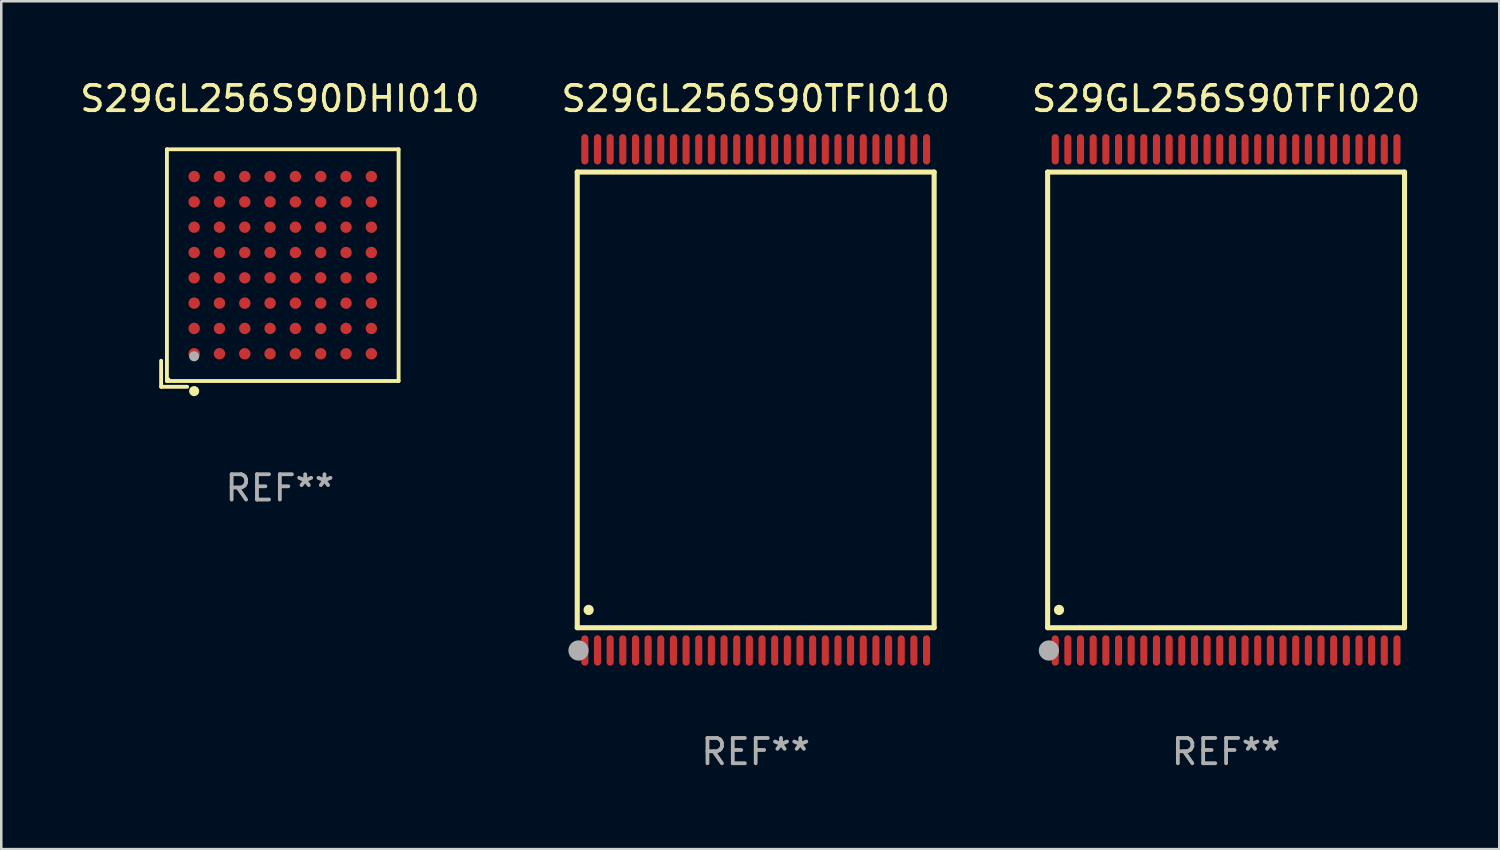
<source format=kicad_pcb>
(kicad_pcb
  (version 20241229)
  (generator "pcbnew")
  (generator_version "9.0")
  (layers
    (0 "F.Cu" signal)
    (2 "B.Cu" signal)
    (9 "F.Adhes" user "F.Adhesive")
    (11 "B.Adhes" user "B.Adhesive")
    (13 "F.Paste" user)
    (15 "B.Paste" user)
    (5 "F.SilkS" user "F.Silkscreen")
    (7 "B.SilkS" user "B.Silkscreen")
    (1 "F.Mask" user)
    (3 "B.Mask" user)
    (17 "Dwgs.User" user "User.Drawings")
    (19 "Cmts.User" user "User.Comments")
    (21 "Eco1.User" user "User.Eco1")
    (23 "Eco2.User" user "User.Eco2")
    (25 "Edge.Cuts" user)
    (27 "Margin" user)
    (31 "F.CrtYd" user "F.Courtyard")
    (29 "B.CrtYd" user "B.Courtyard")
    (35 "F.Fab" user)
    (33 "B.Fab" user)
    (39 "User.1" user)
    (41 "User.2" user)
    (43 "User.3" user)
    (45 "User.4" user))
  (footprint "S29GL256S90DHI010"
    (layer "F.Cu")
    (at 8.006 7.539)
    (property "Reference" "S29GL256S90DHI010" (at 0 -6.691 0) (layer "F.SilkS") (effects (font (size 1 1) (thickness 0.15))))
    (attr through_hole)
    (fp_line (start -4.691 3.662) (end -4.691 4.691) (stroke (width 0.152) (type solid)) (layer "F.SilkS"))
    (fp_line (start -4.691 4.691) (end -3.662 4.691) (stroke (width 0.152) (type solid)) (layer "F.SilkS"))
    (fp_line (start -4.462 -4.691) (end 4.691 -4.691) (stroke (width 0.152) (type solid)) (layer "F.SilkS"))
    (fp_line (start -4.462 4.462) (end -4.462 -4.691) (stroke (width 0.152) (type solid)) (layer "F.SilkS"))
    (fp_line (start 4.691 -4.691) (end 4.691 4.462) (stroke (width 0.152) (type solid)) (layer "F.SilkS"))
    (fp_line (start 4.691 4.462) (end -4.462 4.462) (stroke (width 0.152) (type solid)) (layer "F.SilkS"))
    (fp_circle (center -4.386 4.386) (end -4.356 4.386) (stroke (width 0.06) (type solid)) (fill no) (layer "F.SilkS"))
    (fp_circle (center -3.386 4.862) (end -3.285 4.862) (stroke (width 0.2) (type solid)) (fill no) (layer "F.SilkS"))
    (fp_circle (center -3.386 3.486) (end -3.285 3.486) (stroke (width 0.2) (type solid)) (fill no) (layer "F.Fab"))
    (fp_text user "REF**" (at 0 8.691 0) (layer "F.Fab") (effects (font (size 1 1) (thickness 0.15))))
    (pad "A1" smd circle (at -3.386 3.386) (size 0.45 0.45) (layers "F.Cu" "F.Mask" "F.Paste"))
    (pad "A2" smd circle (at -3.386 2.386) (size 0.45 0.45) (layers "F.Cu" "F.Mask" "F.Paste"))
    (pad "A3" smd circle (at -3.386 1.386) (size 0.45 0.45) (layers "F.Cu" "F.Mask" "F.Paste"))
    (pad "A4" smd circle (at -3.386 0.386) (size 0.45 0.45) (layers "F.Cu" "F.Mask" "F.Paste"))
    (pad "A5" smd circle (at -3.386 -0.614) (size 0.45 0.45) (layers "F.Cu" "F.Mask" "F.Paste"))
    (pad "A6" smd circle (at -3.386 -1.614) (size 0.45 0.45) (layers "F.Cu" "F.Mask" "F.Paste"))
    (pad "A7" smd circle (at -3.386 -2.614) (size 0.45 0.45) (layers "F.Cu" "F.Mask" "F.Paste"))
    (pad "A8" smd circle (at -3.386 -3.614) (size 0.45 0.45) (layers "F.Cu" "F.Mask" "F.Paste"))
    (pad "B1" smd circle (at -2.386 3.386) (size 0.45 0.45) (layers "F.Cu" "F.Mask" "F.Paste"))
    (pad "B2" smd circle (at -2.386 2.386) (size 0.45 0.45) (layers "F.Cu" "F.Mask" "F.Paste"))
    (pad "B3" smd circle (at -2.386 1.386) (size 0.45 0.45) (layers "F.Cu" "F.Mask" "F.Paste"))
    (pad "B4" smd circle (at -2.386 0.386) (size 0.45 0.45) (layers "F.Cu" "F.Mask" "F.Paste"))
    (pad "B5" smd circle (at -2.386 -0.614) (size 0.45 0.45) (layers "F.Cu" "F.Mask" "F.Paste"))
    (pad "B6" smd circle (at -2.386 -1.614) (size 0.45 0.45) (layers "F.Cu" "F.Mask" "F.Paste"))
    (pad "B7" smd circle (at -2.386 -2.614) (size 0.45 0.45) (layers "F.Cu" "F.Mask" "F.Paste"))
    (pad "B8" smd circle (at -2.386 -3.614) (size 0.45 0.45) (layers "F.Cu" "F.Mask" "F.Paste"))
    (pad "C1" smd circle (at -1.386 3.386) (size 0.45 0.45) (layers "F.Cu" "F.Mask" "F.Paste"))
    (pad "C2" smd circle (at -1.386 2.386) (size 0.45 0.45) (layers "F.Cu" "F.Mask" "F.Paste"))
    (pad "C3" smd circle (at -1.386 1.386) (size 0.45 0.45) (layers "F.Cu" "F.Mask" "F.Paste"))
    (pad "C4" smd circle (at -1.386 0.386) (size 0.45 0.45) (layers "F.Cu" "F.Mask" "F.Paste"))
    (pad "C5" smd circle (at -1.386 -0.614) (size 0.45 0.45) (layers "F.Cu" "F.Mask" "F.Paste"))
    (pad "C6" smd circle (at -1.386 -1.614) (size 0.45 0.45) (layers "F.Cu" "F.Mask" "F.Paste"))
    (pad "C7" smd circle (at -1.386 -2.614) (size 0.45 0.45) (layers "F.Cu" "F.Mask" "F.Paste"))
    (pad "C8" smd circle (at -1.386 -3.614) (size 0.45 0.45) (layers "F.Cu" "F.Mask" "F.Paste"))
    (pad "D1" smd circle (at -0.386 3.386) (size 0.45 0.45) (layers "F.Cu" "F.Mask" "F.Paste"))
    (pad "D2" smd circle (at -0.386 2.386) (size 0.45 0.45) (layers "F.Cu" "F.Mask" "F.Paste"))
    (pad "D3" smd circle (at -0.386 1.386) (size 0.45 0.45) (layers "F.Cu" "F.Mask" "F.Paste"))
    (pad "D4" smd circle (at -0.386 0.386) (size 0.45 0.45) (layers "F.Cu" "F.Mask" "F.Paste"))
    (pad "D5" smd circle (at -0.386 -0.614) (size 0.45 0.45) (layers "F.Cu" "F.Mask" "F.Paste"))
    (pad "D6" smd circle (at -0.386 -1.614) (size 0.45 0.45) (layers "F.Cu" "F.Mask" "F.Paste"))
    (pad "D7" smd circle (at -0.386 -2.614) (size 0.45 0.45) (layers "F.Cu" "F.Mask" "F.Paste"))
    (pad "D8" smd circle (at -0.386 -3.614) (size 0.45 0.45) (layers "F.Cu" "F.Mask" "F.Paste"))
    (pad "E1" smd circle (at 0.614 3.386) (size 0.45 0.45) (layers "F.Cu" "F.Mask" "F.Paste"))
    (pad "E2" smd circle (at 0.614 2.386) (size 0.45 0.45) (layers "F.Cu" "F.Mask" "F.Paste"))
    (pad "E3" smd circle (at 0.614 1.386) (size 0.45 0.45) (layers "F.Cu" "F.Mask" "F.Paste"))
    (pad "E4" smd circle (at 0.614 0.386) (size 0.45 0.45) (layers "F.Cu" "F.Mask" "F.Paste"))
    (pad "E5" smd circle (at 0.614 -0.614) (size 0.45 0.45) (layers "F.Cu" "F.Mask" "F.Paste"))
    (pad "E6" smd circle (at 0.614 -1.614) (size 0.45 0.45) (layers "F.Cu" "F.Mask" "F.Paste"))
    (pad "E7" smd circle (at 0.614 -2.614) (size 0.45 0.45) (layers "F.Cu" "F.Mask" "F.Paste"))
    (pad "E8" smd circle (at 0.614 -3.614) (size 0.45 0.45) (layers "F.Cu" "F.Mask" "F.Paste"))
    (pad "F1" smd circle (at 1.614 3.386) (size 0.45 0.45) (layers "F.Cu" "F.Mask" "F.Paste"))
    (pad "F2" smd circle (at 1.614 2.386) (size 0.45 0.45) (layers "F.Cu" "F.Mask" "F.Paste"))
    (pad "F3" smd circle (at 1.614 1.386) (size 0.45 0.45) (layers "F.Cu" "F.Mask" "F.Paste"))
    (pad "F4" smd circle (at 1.614 0.386) (size 0.45 0.45) (layers "F.Cu" "F.Mask" "F.Paste"))
    (pad "F5" smd circle (at 1.614 -0.614) (size 0.45 0.45) (layers "F.Cu" "F.Mask" "F.Paste"))
    (pad "F6" smd circle (at 1.614 -1.614) (size 0.45 0.45) (layers "F.Cu" "F.Mask" "F.Paste"))
    (pad "F7" smd circle (at 1.614 -2.614) (size 0.45 0.45) (layers "F.Cu" "F.Mask" "F.Paste"))
    (pad "F8" smd circle (at 1.614 -3.614) (size 0.45 0.45) (layers "F.Cu" "F.Mask" "F.Paste"))
    (pad "G1" smd circle (at 2.614 3.386) (size 0.45 0.45) (layers "F.Cu" "F.Mask" "F.Paste"))
    (pad "G2" smd circle (at 2.614 2.386) (size 0.45 0.45) (layers "F.Cu" "F.Mask" "F.Paste"))
    (pad "G3" smd circle (at 2.614 1.386) (size 0.45 0.45) (layers "F.Cu" "F.Mask" "F.Paste"))
    (pad "G4" smd circle (at 2.614 0.386) (size 0.45 0.45) (layers "F.Cu" "F.Mask" "F.Paste"))
    (pad "G5" smd circle (at 2.614 -0.614) (size 0.45 0.45) (layers "F.Cu" "F.Mask" "F.Paste"))
    (pad "G6" smd circle (at 2.614 -1.614) (size 0.45 0.45) (layers "F.Cu" "F.Mask" "F.Paste"))
    (pad "G7" smd circle (at 2.614 -2.614) (size 0.45 0.45) (layers "F.Cu" "F.Mask" "F.Paste"))
    (pad "G8" smd circle (at 2.614 -3.614) (size 0.45 0.45) (layers "F.Cu" "F.Mask" "F.Paste"))
    (pad "H1" smd circle (at 3.614 3.386) (size 0.45 0.45) (layers "F.Cu" "F.Mask" "F.Paste"))
    (pad "H2" smd circle (at 3.614 2.386) (size 0.45 0.45) (layers "F.Cu" "F.Mask" "F.Paste"))
    (pad "H3" smd circle (at 3.614 1.386) (size 0.45 0.45) (layers "F.Cu" "F.Mask" "F.Paste"))
    (pad "H4" smd circle (at 3.614 0.386) (size 0.45 0.45) (layers "F.Cu" "F.Mask" "F.Paste"))
    (pad "H5" smd circle (at 3.614 -0.614) (size 0.45 0.45) (layers "F.Cu" "F.Mask" "F.Paste"))
    (pad "H6" smd circle (at 3.614 -1.614) (size 0.45 0.45) (layers "F.Cu" "F.Mask" "F.Paste"))
    (pad "H7" smd circle (at 3.614 -2.614) (size 0.45 0.45) (layers "F.Cu" "F.Mask" "F.Paste"))
    (pad "H8" smd circle (at 3.614 -3.614) (size 0.45 0.45) (layers "F.Cu" "F.Mask" "F.Paste")))
  (footprint "S29GL256S90TFI020"
    (layer "F.Cu")
    (at 45.387 12.748)
    (property "Reference" "S29GL256S90TFI020" (at 0 -11.9 0) (layer "F.SilkS") (effects (font (size 1 1) (thickness 0.15))))
    (attr through_hole)
    (fp_line (start -7.05 -9) (end 7.05 -9) (stroke (width 0.2) (type solid)) (layer "F.SilkS"))
    (fp_line (start -7.05 9) (end -7.05 -9) (stroke (width 0.2) (type solid)) (layer "F.SilkS"))
    (fp_line (start 7.05 9) (end -7.05 9) (stroke (width 0.2) (type solid)) (layer "F.SilkS"))
    (fp_line (start 7.05 9) (end 7.05 -9) (stroke (width 0.2) (type solid)) (layer "F.SilkS"))
    (fp_arc (start -6.600025 8.300025) (mid -6.600041 8.297485) (end -6.600025 8.294945) (stroke (width 0.4) (type solid)) (layer "F.SilkS"))
    (fp_circle (center -7 10) (end -6.97 10) (stroke (width 0.06) (type solid)) (fill no) (layer "F.SilkS"))
    (fp_circle (center -7 9.9) (end -6.8 9.9) (stroke (width 0.4) (type solid)) (fill no) (layer "F.Fab"))
    (fp_text user "REF**" (at 0 13.9 0) (layer "F.Fab") (effects (font (size 1 1) (thickness 0.15))))
    (pad "1" smd oval (at -6.75 9.9) (size 0.28 1.2) (layers "F.Cu" "F.Mask" "F.Paste"))
    (pad "2" smd oval (at -6.25 9.9) (size 0.28 1.2) (layers "F.Cu" "F.Mask" "F.Paste"))
    (pad "3" smd oval (at -5.75 9.9) (size 0.28 1.2) (layers "F.Cu" "F.Mask" "F.Paste"))
    (pad "4" smd oval (at -5.25 9.9) (size 0.28 1.2) (layers "F.Cu" "F.Mask" "F.Paste"))
    (pad "5" smd oval (at -4.75 9.9) (size 0.28 1.2) (layers "F.Cu" "F.Mask" "F.Paste"))
    (pad "6" smd oval (at -4.25 9.9) (size 0.28 1.2) (layers "F.Cu" "F.Mask" "F.Paste"))
    (pad "7" smd oval (at -3.75 9.9) (size 0.28 1.2) (layers "F.Cu" "F.Mask" "F.Paste"))
    (pad "8" smd oval (at -3.25 9.9) (size 0.28 1.2) (layers "F.Cu" "F.Mask" "F.Paste"))
    (pad "9" smd oval (at -2.75 9.9) (size 0.28 1.2) (layers "F.Cu" "F.Mask" "F.Paste"))
    (pad "10" smd oval (at -2.25 9.9) (size 0.28 1.2) (layers "F.Cu" "F.Mask" "F.Paste"))
    (pad "11" smd oval (at -1.75 9.9) (size 0.28 1.2) (layers "F.Cu" "F.Mask" "F.Paste"))
    (pad "12" smd oval (at -1.25 9.9) (size 0.28 1.2) (layers "F.Cu" "F.Mask" "F.Paste"))
    (pad "13" smd oval (at -0.75 9.9) (size 0.28 1.2) (layers "F.Cu" "F.Mask" "F.Paste"))
    (pad "14" smd oval (at -0.25 9.9) (size 0.28 1.2) (layers "F.Cu" "F.Mask" "F.Paste"))
    (pad "15" smd oval (at 0.25 9.9) (size 0.28 1.2) (layers "F.Cu" "F.Mask" "F.Paste"))
    (pad "16" smd oval (at 0.75 9.9) (size 0.28 1.2) (layers "F.Cu" "F.Mask" "F.Paste"))
    (pad "17" smd oval (at 1.25 9.9) (size 0.28 1.2) (layers "F.Cu" "F.Mask" "F.Paste"))
    (pad "18" smd oval (at 1.75 9.9) (size 0.28 1.2) (layers "F.Cu" "F.Mask" "F.Paste"))
    (pad "19" smd oval (at 2.25 9.9) (size 0.28 1.2) (layers "F.Cu" "F.Mask" "F.Paste"))
    (pad "20" smd oval (at 2.75 9.9) (size 0.28 1.2) (layers "F.Cu" "F.Mask" "F.Paste"))
    (pad "21" smd oval (at 3.25 9.9) (size 0.28 1.2) (layers "F.Cu" "F.Mask" "F.Paste"))
    (pad "22" smd oval (at 3.75 9.9) (size 0.28 1.2) (layers "F.Cu" "F.Mask" "F.Paste"))
    (pad "23" smd oval (at 4.25 9.9) (size 0.28 1.2) (layers "F.Cu" "F.Mask" "F.Paste"))
    (pad "24" smd oval (at 4.75 9.9) (size 0.28 1.2) (layers "F.Cu" "F.Mask" "F.Paste"))
    (pad "25" smd oval (at 5.25 9.9) (size 0.28 1.2) (layers "F.Cu" "F.Mask" "F.Paste"))
    (pad "26" smd oval (at 5.75 9.9) (size 0.28 1.2) (layers "F.Cu" "F.Mask" "F.Paste"))
    (pad "27" smd oval (at 6.25 9.9) (size 0.28 1.2) (layers "F.Cu" "F.Mask" "F.Paste"))
    (pad "28" smd oval (at 6.75 9.9) (size 0.28 1.2) (layers "F.Cu" "F.Mask" "F.Paste"))
    (pad "29" smd oval (at 6.75 -9.9) (size 0.28 1.2) (layers "F.Cu" "F.Mask" "F.Paste"))
    (pad "30" smd oval (at 6.25 -9.9) (size 0.28 1.2) (layers "F.Cu" "F.Mask" "F.Paste"))
    (pad "31" smd oval (at 5.75 -9.9) (size 0.28 1.2) (layers "F.Cu" "F.Mask" "F.Paste"))
    (pad "32" smd oval (at 5.25 -9.9) (size 0.28 1.2) (layers "F.Cu" "F.Mask" "F.Paste"))
    (pad "33" smd oval (at 4.75 -9.9) (size 0.28 1.2) (layers "F.Cu" "F.Mask" "F.Paste"))
    (pad "34" smd oval (at 4.25 -9.9) (size 0.28 1.2) (layers "F.Cu" "F.Mask" "F.Paste"))
    (pad "35" smd oval (at 3.75 -9.9) (size 0.28 1.2) (layers "F.Cu" "F.Mask" "F.Paste"))
    (pad "36" smd oval (at 3.25 -9.9) (size 0.28 1.2) (layers "F.Cu" "F.Mask" "F.Paste"))
    (pad "37" smd oval (at 2.75 -9.9) (size 0.28 1.2) (layers "F.Cu" "F.Mask" "F.Paste"))
    (pad "38" smd oval (at 2.25 -9.9) (size 0.28 1.2) (layers "F.Cu" "F.Mask" "F.Paste"))
    (pad "39" smd oval (at 1.75 -9.9) (size 0.28 1.2) (layers "F.Cu" "F.Mask" "F.Paste"))
    (pad "40" smd oval (at 1.25 -9.9) (size 0.28 1.2) (layers "F.Cu" "F.Mask" "F.Paste"))
    (pad "41" smd oval (at 0.75 -9.9) (size 0.28 1.2) (layers "F.Cu" "F.Mask" "F.Paste"))
    (pad "42" smd oval (at 0.25 -9.9) (size 0.28 1.2) (layers "F.Cu" "F.Mask" "F.Paste"))
    (pad "43" smd oval (at -0.25 -9.9) (size 0.28 1.2) (layers "F.Cu" "F.Mask" "F.Paste"))
    (pad "44" smd oval (at -0.75 -9.9) (size 0.28 1.2) (layers "F.Cu" "F.Mask" "F.Paste"))
    (pad "45" smd oval (at -1.25 -9.9) (size 0.28 1.2) (layers "F.Cu" "F.Mask" "F.Paste"))
    (pad "46" smd oval (at -1.75 -9.9) (size 0.28 1.2) (layers "F.Cu" "F.Mask" "F.Paste"))
    (pad "47" smd oval (at -2.25 -9.9) (size 0.28 1.2) (layers "F.Cu" "F.Mask" "F.Paste"))
    (pad "48" smd oval (at -2.75 -9.9) (size 0.28 1.2) (layers "F.Cu" "F.Mask" "F.Paste"))
    (pad "49" smd oval (at -3.25 -9.9) (size 0.28 1.2) (layers "F.Cu" "F.Mask" "F.Paste"))
    (pad "50" smd oval (at -3.75 -9.9) (size 0.28 1.2) (layers "F.Cu" "F.Mask" "F.Paste"))
    (pad "51" smd oval (at -4.25 -9.9) (size 0.28 1.2) (layers "F.Cu" "F.Mask" "F.Paste"))
    (pad "52" smd oval (at -4.75 -9.9) (size 0.28 1.2) (layers "F.Cu" "F.Mask" "F.Paste"))
    (pad "53" smd oval (at -5.25 -9.9) (size 0.28 1.2) (layers "F.Cu" "F.Mask" "F.Paste"))
    (pad "54" smd oval (at -5.75 -9.9) (size 0.28 1.2) (layers "F.Cu" "F.Mask" "F.Paste"))
    (pad "55" smd oval (at -6.25 -9.9) (size 0.28 1.2) (layers "F.Cu" "F.Mask" "F.Paste"))
    (pad "56" smd oval (at -6.75 -9.9) (size 0.28 1.2) (layers "F.Cu" "F.Mask" "F.Paste")))
  (footprint "S29GL256S90TFI010"
    (layer "F.Cu")
    (at 26.804 12.748)
    (property "Reference" "S29GL256S90TFI010" (at 0 -11.9 0) (layer "F.SilkS") (effects (font (size 1 1) (thickness 0.15))))
    (attr through_hole)
    (fp_line (start -7.05 -9) (end 7.05 -9) (stroke (width 0.2) (type solid)) (layer "F.SilkS"))
    (fp_line (start -7.05 9) (end -7.05 -9) (stroke (width 0.2) (type solid)) (layer "F.SilkS"))
    (fp_line (start 7.05 9) (end -7.05 9) (stroke (width 0.2) (type solid)) (layer "F.SilkS"))
    (fp_line (start 7.05 9) (end 7.05 -9) (stroke (width 0.2) (type solid)) (layer "F.SilkS"))
    (fp_arc (start -6.600025 8.300025) (mid -6.600041 8.297485) (end -6.600025 8.294945) (stroke (width 0.4) (type solid)) (layer "F.SilkS"))
    (fp_circle (center -7 10) (end -6.97 10) (stroke (width 0.06) (type solid)) (fill no) (layer "F.SilkS"))
    (fp_circle (center -7 9.9) (end -6.8 9.9) (stroke (width 0.4) (type solid)) (fill no) (layer "F.Fab"))
    (fp_text user "REF**" (at 0 13.9 0) (layer "F.Fab") (effects (font (size 1 1) (thickness 0.15))))
    (pad "1" smd oval (at -6.75 9.9) (size 0.28 1.2) (layers "F.Cu" "F.Mask" "F.Paste"))
    (pad "2" smd oval (at -6.25 9.9) (size 0.28 1.2) (layers "F.Cu" "F.Mask" "F.Paste"))
    (pad "3" smd oval (at -5.75 9.9) (size 0.28 1.2) (layers "F.Cu" "F.Mask" "F.Paste"))
    (pad "4" smd oval (at -5.25 9.9) (size 0.28 1.2) (layers "F.Cu" "F.Mask" "F.Paste"))
    (pad "5" smd oval (at -4.75 9.9) (size 0.28 1.2) (layers "F.Cu" "F.Mask" "F.Paste"))
    (pad "6" smd oval (at -4.25 9.9) (size 0.28 1.2) (layers "F.Cu" "F.Mask" "F.Paste"))
    (pad "7" smd oval (at -3.75 9.9) (size 0.28 1.2) (layers "F.Cu" "F.Mask" "F.Paste"))
    (pad "8" smd oval (at -3.25 9.9) (size 0.28 1.2) (layers "F.Cu" "F.Mask" "F.Paste"))
    (pad "9" smd oval (at -2.75 9.9) (size 0.28 1.2) (layers "F.Cu" "F.Mask" "F.Paste"))
    (pad "10" smd oval (at -2.25 9.9) (size 0.28 1.2) (layers "F.Cu" "F.Mask" "F.Paste"))
    (pad "11" smd oval (at -1.75 9.9) (size 0.28 1.2) (layers "F.Cu" "F.Mask" "F.Paste"))
    (pad "12" smd oval (at -1.25 9.9) (size 0.28 1.2) (layers "F.Cu" "F.Mask" "F.Paste"))
    (pad "13" smd oval (at -0.75 9.9) (size 0.28 1.2) (layers "F.Cu" "F.Mask" "F.Paste"))
    (pad "14" smd oval (at -0.25 9.9) (size 0.28 1.2) (layers "F.Cu" "F.Mask" "F.Paste"))
    (pad "15" smd oval (at 0.25 9.9) (size 0.28 1.2) (layers "F.Cu" "F.Mask" "F.Paste"))
    (pad "16" smd oval (at 0.75 9.9) (size 0.28 1.2) (layers "F.Cu" "F.Mask" "F.Paste"))
    (pad "17" smd oval (at 1.25 9.9) (size 0.28 1.2) (layers "F.Cu" "F.Mask" "F.Paste"))
    (pad "18" smd oval (at 1.75 9.9) (size 0.28 1.2) (layers "F.Cu" "F.Mask" "F.Paste"))
    (pad "19" smd oval (at 2.25 9.9) (size 0.28 1.2) (layers "F.Cu" "F.Mask" "F.Paste"))
    (pad "20" smd oval (at 2.75 9.9) (size 0.28 1.2) (layers "F.Cu" "F.Mask" "F.Paste"))
    (pad "21" smd oval (at 3.25 9.9) (size 0.28 1.2) (layers "F.Cu" "F.Mask" "F.Paste"))
    (pad "22" smd oval (at 3.75 9.9) (size 0.28 1.2) (layers "F.Cu" "F.Mask" "F.Paste"))
    (pad "23" smd oval (at 4.25 9.9) (size 0.28 1.2) (layers "F.Cu" "F.Mask" "F.Paste"))
    (pad "24" smd oval (at 4.75 9.9) (size 0.28 1.2) (layers "F.Cu" "F.Mask" "F.Paste"))
    (pad "25" smd oval (at 5.25 9.9) (size 0.28 1.2) (layers "F.Cu" "F.Mask" "F.Paste"))
    (pad "26" smd oval (at 5.75 9.9) (size 0.28 1.2) (layers "F.Cu" "F.Mask" "F.Paste"))
    (pad "27" smd oval (at 6.25 9.9) (size 0.28 1.2) (layers "F.Cu" "F.Mask" "F.Paste"))
    (pad "28" smd oval (at 6.75 9.9) (size 0.28 1.2) (layers "F.Cu" "F.Mask" "F.Paste"))
    (pad "29" smd oval (at 6.75 -9.9) (size 0.28 1.2) (layers "F.Cu" "F.Mask" "F.Paste"))
    (pad "30" smd oval (at 6.25 -9.9) (size 0.28 1.2) (layers "F.Cu" "F.Mask" "F.Paste"))
    (pad "31" smd oval (at 5.75 -9.9) (size 0.28 1.2) (layers "F.Cu" "F.Mask" "F.Paste"))
    (pad "32" smd oval (at 5.25 -9.9) (size 0.28 1.2) (layers "F.Cu" "F.Mask" "F.Paste"))
    (pad "33" smd oval (at 4.75 -9.9) (size 0.28 1.2) (layers "F.Cu" "F.Mask" "F.Paste"))
    (pad "34" smd oval (at 4.25 -9.9) (size 0.28 1.2) (layers "F.Cu" "F.Mask" "F.Paste"))
    (pad "35" smd oval (at 3.75 -9.9) (size 0.28 1.2) (layers "F.Cu" "F.Mask" "F.Paste"))
    (pad "36" smd oval (at 3.25 -9.9) (size 0.28 1.2) (layers "F.Cu" "F.Mask" "F.Paste"))
    (pad "37" smd oval (at 2.75 -9.9) (size 0.28 1.2) (layers "F.Cu" "F.Mask" "F.Paste"))
    (pad "38" smd oval (at 2.25 -9.9) (size 0.28 1.2) (layers "F.Cu" "F.Mask" "F.Paste"))
    (pad "39" smd oval (at 1.75 -9.9) (size 0.28 1.2) (layers "F.Cu" "F.Mask" "F.Paste"))
    (pad "40" smd oval (at 1.25 -9.9) (size 0.28 1.2) (layers "F.Cu" "F.Mask" "F.Paste"))
    (pad "41" smd oval (at 0.75 -9.9) (size 0.28 1.2) (layers "F.Cu" "F.Mask" "F.Paste"))
    (pad "42" smd oval (at 0.25 -9.9) (size 0.28 1.2) (layers "F.Cu" "F.Mask" "F.Paste"))
    (pad "43" smd oval (at -0.25 -9.9) (size 0.28 1.2) (layers "F.Cu" "F.Mask" "F.Paste"))
    (pad "44" smd oval (at -0.75 -9.9) (size 0.28 1.2) (layers "F.Cu" "F.Mask" "F.Paste"))
    (pad "45" smd oval (at -1.25 -9.9) (size 0.28 1.2) (layers "F.Cu" "F.Mask" "F.Paste"))
    (pad "46" smd oval (at -1.75 -9.9) (size 0.28 1.2) (layers "F.Cu" "F.Mask" "F.Paste"))
    (pad "47" smd oval (at -2.25 -9.9) (size 0.28 1.2) (layers "F.Cu" "F.Mask" "F.Paste"))
    (pad "48" smd oval (at -2.75 -9.9) (size 0.28 1.2) (layers "F.Cu" "F.Mask" "F.Paste"))
    (pad "49" smd oval (at -3.25 -9.9) (size 0.28 1.2) (layers "F.Cu" "F.Mask" "F.Paste"))
    (pad "50" smd oval (at -3.75 -9.9) (size 0.28 1.2) (layers "F.Cu" "F.Mask" "F.Paste"))
    (pad "51" smd oval (at -4.25 -9.9) (size 0.28 1.2) (layers "F.Cu" "F.Mask" "F.Paste"))
    (pad "52" smd oval (at -4.75 -9.9) (size 0.28 1.2) (layers "F.Cu" "F.Mask" "F.Paste"))
    (pad "53" smd oval (at -5.25 -9.9) (size 0.28 1.2) (layers "F.Cu" "F.Mask" "F.Paste"))
    (pad "54" smd oval (at -5.75 -9.9) (size 0.28 1.2) (layers "F.Cu" "F.Mask" "F.Paste"))
    (pad "55" smd oval (at -6.25 -9.9) (size 0.28 1.2) (layers "F.Cu" "F.Mask" "F.Paste"))
    (pad "56" smd oval (at -6.75 -9.9) (size 0.28 1.2) (layers "F.Cu" "F.Mask" "F.Paste")))
  (gr_rect
    (start -3 -3)
    (end 56.179 30.496)
    (stroke (width 0.1) (type default))
    (fill no)
    (layer "Edge.Cuts")))
</source>
